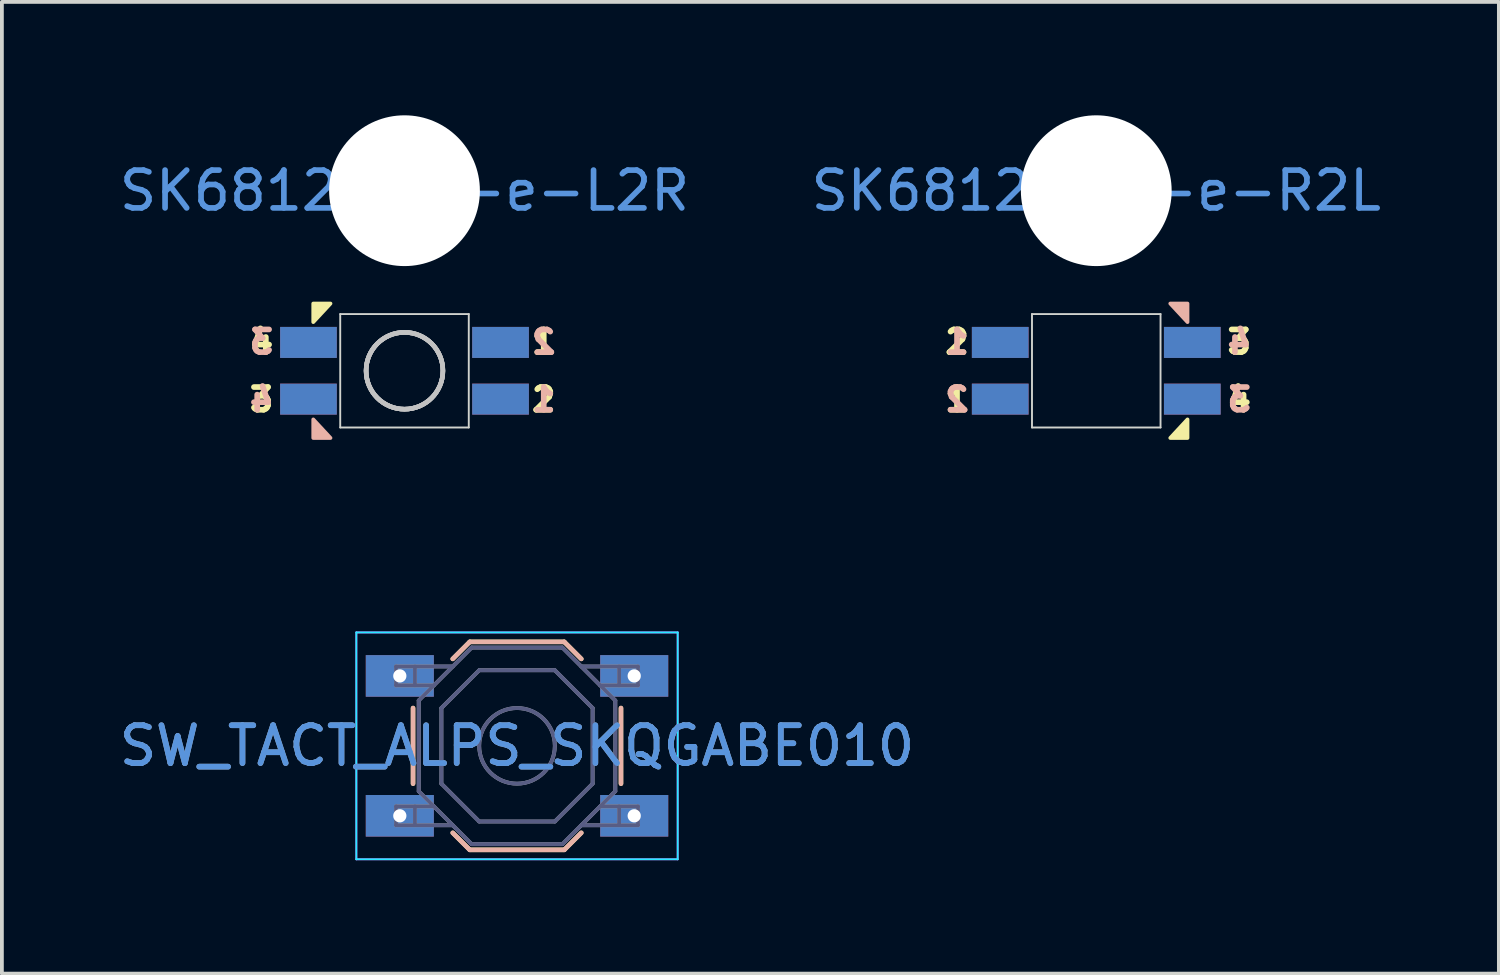
<source format=kicad_pcb>
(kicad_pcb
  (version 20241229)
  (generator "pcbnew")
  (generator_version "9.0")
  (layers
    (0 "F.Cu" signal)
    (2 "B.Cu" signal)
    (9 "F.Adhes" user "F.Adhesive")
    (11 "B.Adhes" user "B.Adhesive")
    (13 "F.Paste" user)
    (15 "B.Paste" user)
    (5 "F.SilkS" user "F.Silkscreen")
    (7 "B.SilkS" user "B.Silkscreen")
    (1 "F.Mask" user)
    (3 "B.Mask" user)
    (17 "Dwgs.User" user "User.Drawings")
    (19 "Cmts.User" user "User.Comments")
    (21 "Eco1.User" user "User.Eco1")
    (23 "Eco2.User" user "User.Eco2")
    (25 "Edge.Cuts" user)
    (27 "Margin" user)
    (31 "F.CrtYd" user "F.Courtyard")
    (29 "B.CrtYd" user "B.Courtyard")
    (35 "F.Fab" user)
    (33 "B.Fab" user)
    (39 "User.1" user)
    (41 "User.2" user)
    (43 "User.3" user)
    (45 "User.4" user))
  (footprint "SW_TACT_ALPS_SKQGABE010"
    (layer "F.Cu")
    (at 10.625 16.678)
    (property "Reference" "SW_TACT_ALPS_SKQGABE010" (at 0 0 0) (layer "Cmts.User") (effects (font (size 1 1) (thickness 0.15))))
    (attr smd)
    (fp_line (start -2.75 -1) (end -2.75 1) (stroke (width 0.12) (type solid)) (layer "F.SilkS"))
    (fp_line (start -1.7 -2.3) (end -1.25 -2.75) (stroke (width 0.12) (type solid)) (layer "F.SilkS"))
    (fp_line (start -1.7 2.3) (end -1.25 2.75) (stroke (width 0.12) (type solid)) (layer "F.SilkS"))
    (fp_line (start -1.25 -2.75) (end 1.25 -2.75) (stroke (width 0.12) (type solid)) (layer "F.SilkS"))
    (fp_line (start -1.25 2.75) (end 1.25 2.75) (stroke (width 0.12) (type solid)) (layer "F.SilkS"))
    (fp_line (start 1.7 -2.3) (end 1.25 -2.75) (stroke (width 0.12) (type solid)) (layer "F.SilkS"))
    (fp_line (start 1.7 2.3) (end 1.25 2.75) (stroke (width 0.12) (type solid)) (layer "F.SilkS"))
    (fp_line (start 2.75 -1) (end 2.75 1) (stroke (width 0.12) (type solid)) (layer "F.SilkS"))
    (fp_line (start -2.75 1) (end -2.75 -1) (stroke (width 0.12) (type solid)) (layer "B.SilkS"))
    (fp_line (start -1.7 -2.3) (end -1.25 -2.75) (stroke (width 0.12) (type solid)) (layer "B.SilkS"))
    (fp_line (start -1.7 2.3) (end -1.25 2.75) (stroke (width 0.12) (type solid)) (layer "B.SilkS"))
    (fp_line (start -1.25 -2.75) (end 1.25 -2.75) (stroke (width 0.12) (type solid)) (layer "B.SilkS"))
    (fp_line (start -1.25 2.75) (end 1.25 2.75) (stroke (width 0.12) (type solid)) (layer "B.SilkS"))
    (fp_line (start 1.7 -2.3) (end 1.25 -2.75) (stroke (width 0.12) (type solid)) (layer "B.SilkS"))
    (fp_line (start 1.7 2.3) (end 1.25 2.75) (stroke (width 0.12) (type solid)) (layer "B.SilkS"))
    (fp_line (start 2.75 1) (end 2.75 -1) (stroke (width 0.12) (type solid)) (layer "B.SilkS"))
    (fp_line (start -4 -1.3) (end -4 1.3) (stroke (width 0.1) (type solid)) (layer "Eco1.User"))
    (fp_line (start -4 -1.3) (end -1 -1.3) (stroke (width 0.1) (type solid)) (layer "Eco1.User"))
    (fp_line (start -4 -0.9) (end -3.6 -1.3) (stroke (width 0.1) (type solid)) (layer "Eco1.User"))
    (fp_line (start -4 -0.7) (end -2 1.3) (stroke (width 0.1) (type solid)) (layer "Eco1.User"))
    (fp_line (start -4 -0.1) (end -2.8 -1.3) (stroke (width 0.1) (type solid)) (layer "Eco1.User"))
    (fp_line (start -4 0.1) (end -2.8 1.3) (stroke (width 0.1) (type solid)) (layer "Eco1.User"))
    (fp_line (start -4 0.7) (end -2 -1.3) (stroke (width 0.1) (type solid)) (layer "Eco1.User"))
    (fp_line (start -4 0.9) (end -3.6 1.3) (stroke (width 0.1) (type solid)) (layer "Eco1.User"))
    (fp_line (start -4 1.3) (end -4 -1.3) (stroke (width 0.1) (type solid)) (layer "Eco1.User"))
    (fp_line (start -4 1.3) (end -1 1.3) (stroke (width 0.1) (type solid)) (layer "Eco1.User"))
    (fp_line (start -3.8 -1.3) (end -1.2 1.3) (stroke (width 0.1) (type solid)) (layer "Eco1.User"))
    (fp_line (start -3.8 1.3) (end -1.2 -1.3) (stroke (width 0.1) (type solid)) (layer "Eco1.User"))
    (fp_line (start -3.4 -1.3) (end -1 1.1) (stroke (width 0.1) (type solid)) (layer "Eco1.User"))
    (fp_line (start -3.4 1.3) (end -1 -1.1) (stroke (width 0.1) (type solid)) (layer "Eco1.User"))
    (fp_line (start -3.2 -1.3) (end -4 -0.5) (stroke (width 0.1) (type solid)) (layer "Eco1.User"))
    (fp_line (start -3.2 1.3) (end -4 0.5) (stroke (width 0.1) (type solid)) (layer "Eco1.User"))
    (fp_line (start -2.6 -1.3) (end -1 0.3) (stroke (width 0.1) (type solid)) (layer "Eco1.User"))
    (fp_line (start -2.6 1.3) (end -1 -0.3) (stroke (width 0.1) (type solid)) (layer "Eco1.User"))
    (fp_line (start -2.4 -1.3) (end -4 0.3) (stroke (width 0.1) (type solid)) (layer "Eco1.User"))
    (fp_line (start -2.4 1.3) (end -4 -0.3) (stroke (width 0.1) (type solid)) (layer "Eco1.User"))
    (fp_line (start -1.8 -1.3) (end -1 -0.5) (stroke (width 0.1) (type solid)) (layer "Eco1.User"))
    (fp_line (start -1.8 1.3) (end -1 0.5) (stroke (width 0.1) (type solid)) (layer "Eco1.User"))
    (fp_line (start -1.6 -1.3) (end -4 1.1) (stroke (width 0.1) (type solid)) (layer "Eco1.User"))
    (fp_line (start -1.6 1.3) (end -4 -1.1) (stroke (width 0.1) (type solid)) (layer "Eco1.User"))
    (fp_line (start -1 -1.3) (end -4 -1.3) (stroke (width 0.1) (type solid)) (layer "Eco1.User"))
    (fp_line (start -1 -1.3) (end -1 1.3) (stroke (width 0.1) (type solid)) (layer "Eco1.User"))
    (fp_line (start -1 -0.9) (end -1.4 -1.3) (stroke (width 0.1) (type solid)) (layer "Eco1.User"))
    (fp_line (start -1 -0.7) (end -3 1.3) (stroke (width 0.1) (type solid)) (layer "Eco1.User"))
    (fp_line (start -1 -0.1) (end -2.2 -1.3) (stroke (width 0.1) (type solid)) (layer "Eco1.User"))
    (fp_line (start -1 0.1) (end -2.2 1.3) (stroke (width 0.1) (type solid)) (layer "Eco1.User"))
    (fp_line (start -1 0.7) (end -3 -1.3) (stroke (width 0.1) (type solid)) (layer "Eco1.User"))
    (fp_line (start -1 0.9) (end -1.4 1.3) (stroke (width 0.1) (type solid)) (layer "Eco1.User"))
    (fp_line (start -1 1.3) (end -4 1.3) (stroke (width 0.1) (type solid)) (layer "Eco1.User"))
    (fp_line (start -1 1.3) (end -1 -1.3) (stroke (width 0.1) (type solid)) (layer "Eco1.User"))
    (fp_line (start 1 -1.3) (end 1 1.3) (stroke (width 0.1) (type solid)) (layer "Eco1.User"))
    (fp_line (start 1 -1.3) (end 4 -1.3) (stroke (width 0.1) (type solid)) (layer "Eco1.User"))
    (fp_line (start 1 -1.1) (end 3.4 1.3) (stroke (width 0.1) (type solid)) (layer "Eco1.User"))
    (fp_line (start 1 -0.9) (end 1.4 -1.3) (stroke (width 0.1) (type solid)) (layer "Eco1.User"))
    (fp_line (start 1 -0.1) (end 2.2 -1.3) (stroke (width 0.1) (type solid)) (layer "Eco1.User"))
    (fp_line (start 1 0.1) (end 2.2 1.3) (stroke (width 0.1) (type solid)) (layer "Eco1.User"))
    (fp_line (start 1 0.9) (end 1.4 1.3) (stroke (width 0.1) (type solid)) (layer "Eco1.User"))
    (fp_line (start 1 1.1) (end 3.4 -1.3) (stroke (width 0.1) (type solid)) (layer "Eco1.User"))
    (fp_line (start 1 1.3) (end 1 -1.3) (stroke (width 0.1) (type solid)) (layer "Eco1.User"))
    (fp_line (start 1 1.3) (end 4 1.3) (stroke (width 0.1) (type solid)) (layer "Eco1.User"))
    (fp_line (start 1.2 -1.3) (end 3.8 1.3) (stroke (width 0.1) (type solid)) (layer "Eco1.User"))
    (fp_line (start 1.2 1.3) (end 3.8 -1.3) (stroke (width 0.1) (type solid)) (layer "Eco1.User"))
    (fp_line (start 1.6 -1.3) (end 4 1.1) (stroke (width 0.1) (type solid)) (layer "Eco1.User"))
    (fp_line (start 1.6 1.3) (end 4 -1.1) (stroke (width 0.1) (type solid)) (layer "Eco1.User"))
    (fp_line (start 1.8 -1.3) (end 1 -0.5) (stroke (width 0.1) (type solid)) (layer "Eco1.User"))
    (fp_line (start 1.8 1.3) (end 1 0.5) (stroke (width 0.1) (type solid)) (layer "Eco1.User"))
    (fp_line (start 2.4 -1.3) (end 4 0.3) (stroke (width 0.1) (type solid)) (layer "Eco1.User"))
    (fp_line (start 2.4 1.3) (end 4 -0.3) (stroke (width 0.1) (type solid)) (layer "Eco1.User"))
    (fp_line (start 2.6 -1.3) (end 1 0.3) (stroke (width 0.1) (type solid)) (layer "Eco1.User"))
    (fp_line (start 2.6 1.3) (end 1 -0.3) (stroke (width 0.1) (type solid)) (layer "Eco1.User"))
    (fp_line (start 3 -1.3) (end 1 0.7) (stroke (width 0.1) (type solid)) (layer "Eco1.User"))
    (fp_line (start 3 1.3) (end 1 -0.7) (stroke (width 0.1) (type solid)) (layer "Eco1.User"))
    (fp_line (start 3.2 -1.3) (end 4 -0.5) (stroke (width 0.1) (type solid)) (layer "Eco1.User"))
    (fp_line (start 3.2 1.3) (end 4 0.5) (stroke (width 0.1) (type solid)) (layer "Eco1.User"))
    (fp_line (start 4 -1.3) (end 1 -1.3) (stroke (width 0.1) (type solid)) (layer "Eco1.User"))
    (fp_line (start 4 -1.3) (end 4 1.3) (stroke (width 0.1) (type solid)) (layer "Eco1.User"))
    (fp_line (start 4 -0.9) (end 3.6 -1.3) (stroke (width 0.1) (type solid)) (layer "Eco1.User"))
    (fp_line (start 4 -0.7) (end 2 1.3) (stroke (width 0.1) (type solid)) (layer "Eco1.User"))
    (fp_line (start 4 -0.1) (end 2.8 -1.3) (stroke (width 0.1) (type solid)) (layer "Eco1.User"))
    (fp_line (start 4 0.1) (end 2.8 1.3) (stroke (width 0.1) (type solid)) (layer "Eco1.User"))
    (fp_line (start 4 0.7) (end 2 -1.3) (stroke (width 0.1) (type solid)) (layer "Eco1.User"))
    (fp_line (start 4 0.9) (end 3.6 1.3) (stroke (width 0.1) (type solid)) (layer "Eco1.User"))
    (fp_line (start 4 1.3) (end 1 1.3) (stroke (width 0.1) (type solid)) (layer "Eco1.User"))
    (fp_line (start 4 1.3) (end 4 -1.3) (stroke (width 0.1) (type solid)) (layer "Eco1.User"))
    (fp_line (start -4.25 -3) (end -4.25 3) (stroke (width 0.05) (type solid)) (layer "B.CrtYd"))
    (fp_line (start -4.25 3) (end 4.25 3) (stroke (width 0.05) (type solid)) (layer "B.CrtYd"))
    (fp_line (start 4.25 -3) (end -4.25 -3) (stroke (width 0.05) (type solid)) (layer "B.CrtYd"))
    (fp_line (start 4.25 3) (end 4.25 -3) (stroke (width 0.05) (type solid)) (layer "B.CrtYd"))
    (fp_line (start -4.25 -3) (end 4.25 -3) (stroke (width 0.05) (type solid)) (layer "F.CrtYd"))
    (fp_line (start -4.25 3) (end -4.25 -3) (stroke (width 0.05) (type solid)) (layer "F.CrtYd"))
    (fp_line (start 4.25 -3) (end 4.25 3) (stroke (width 0.05) (type solid)) (layer "F.CrtYd"))
    (fp_line (start 4.25 3) (end -4.25 3) (stroke (width 0.05) (type solid)) (layer "F.CrtYd"))
    (fp_line (start -3.2 -2.1) (end -3.2 -1.6) (stroke (width 0.1) (type solid)) (layer "B.Fab"))
    (fp_line (start -3.2 -1.6) (end -2.2 -1.6) (stroke (width 0.1) (type solid)) (layer "B.Fab"))
    (fp_line (start -3.2 1.6) (end -2.2 1.6) (stroke (width 0.1) (type solid)) (layer "B.Fab"))
    (fp_line (start -3.2 2.1) (end -3.2 1.6) (stroke (width 0.1) (type solid)) (layer "B.Fab"))
    (fp_line (start -2.7 -2.1) (end -2.7 -1.6) (stroke (width 0.1) (type solid)) (layer "B.Fab"))
    (fp_line (start -2.7 2.1) (end -2.7 1.6) (stroke (width 0.1) (type solid)) (layer "B.Fab"))
    (fp_line (start -2.6 -1.2) (end -1.2 -2.6) (stroke (width 0.1) (type solid)) (layer "B.Fab"))
    (fp_line (start -2.6 1.2) (end -2.6 -1.2) (stroke (width 0.1) (type solid)) (layer "B.Fab"))
    (fp_line (start -2 -1) (end -2 1) (stroke (width 0.1) (type solid)) (layer "B.Fab"))
    (fp_line (start -2 1) (end -1 2) (stroke (width 0.1) (type solid)) (layer "B.Fab"))
    (fp_line (start -1.7 -2.1) (end -3.2 -2.1) (stroke (width 0.1) (type solid)) (layer "B.Fab"))
    (fp_line (start -1.7 2.1) (end -3.2 2.1) (stroke (width 0.1) (type solid)) (layer "B.Fab"))
    (fp_line (start -1.2 -2.6) (end 1.2 -2.6) (stroke (width 0.1) (type solid)) (layer "B.Fab"))
    (fp_line (start -1.2 2.6) (end -2.6 1.2) (stroke (width 0.1) (type solid)) (layer "B.Fab"))
    (fp_line (start -1 -2) (end -2 -1) (stroke (width 0.1) (type solid)) (layer "B.Fab"))
    (fp_line (start -1 2) (end 1 2) (stroke (width 0.1) (type solid)) (layer "B.Fab"))
    (fp_line (start 1 -2) (end -1 -2) (stroke (width 0.1) (type solid)) (layer "B.Fab"))
    (fp_line (start 1 2) (end 2 1) (stroke (width 0.1) (type solid)) (layer "B.Fab"))
    (fp_line (start 1.2 -2.6) (end 2.6 -1.2) (stroke (width 0.1) (type solid)) (layer "B.Fab"))
    (fp_line (start 1.2 2.6) (end -1.2 2.6) (stroke (width 0.1) (type solid)) (layer "B.Fab"))
    (fp_line (start 1.7 -2.1) (end 3.2 -2.1) (stroke (width 0.1) (type solid)) (layer "B.Fab"))
    (fp_line (start 1.7 2.1) (end 3.2 2.1) (stroke (width 0.1) (type solid)) (layer "B.Fab"))
    (fp_line (start 2 -1) (end 1 -2) (stroke (width 0.1) (type solid)) (layer "B.Fab"))
    (fp_line (start 2 1) (end 2 -1) (stroke (width 0.1) (type solid)) (layer "B.Fab"))
    (fp_line (start 2.6 -1.2) (end 2.6 1.2) (stroke (width 0.1) (type solid)) (layer "B.Fab"))
    (fp_line (start 2.6 1.2) (end 1.2 2.6) (stroke (width 0.1) (type solid)) (layer "B.Fab"))
    (fp_line (start 2.7 -2.1) (end 2.7 -1.6) (stroke (width 0.1) (type solid)) (layer "B.Fab"))
    (fp_line (start 2.7 2.1) (end 2.7 1.6) (stroke (width 0.1) (type solid)) (layer "B.Fab"))
    (fp_line (start 3.2 -2.1) (end 3.2 -1.6) (stroke (width 0.1) (type solid)) (layer "B.Fab"))
    (fp_line (start 3.2 -1.6) (end 2.2 -1.6) (stroke (width 0.1) (type solid)) (layer "B.Fab"))
    (fp_line (start 3.2 1.6) (end 2.2 1.6) (stroke (width 0.1) (type solid)) (layer "B.Fab"))
    (fp_line (start 3.2 2.1) (end 3.2 1.6) (stroke (width 0.1) (type solid)) (layer "B.Fab"))
    (fp_circle (center 0 0) (end 1 0) (stroke (width 0.1) (type solid)) (fill no) (layer "B.Fab"))
    (fp_line (start -3.2 -2.1) (end -3.2 -1.6) (stroke (width 0.1) (type solid)) (layer "F.Fab"))
    (fp_line (start -3.2 -1.6) (end -2.2 -1.6) (stroke (width 0.1) (type solid)) (layer "F.Fab"))
    (fp_line (start -3.2 1.6) (end -2.2 1.6) (stroke (width 0.1) (type solid)) (layer "F.Fab"))
    (fp_line (start -3.2 2.1) (end -3.2 1.6) (stroke (width 0.1) (type solid)) (layer "F.Fab"))
    (fp_line (start -2.7 -2.1) (end -2.7 -1.6) (stroke (width 0.1) (type solid)) (layer "F.Fab"))
    (fp_line (start -2.7 2.1) (end -2.7 1.6) (stroke (width 0.1) (type solid)) (layer "F.Fab"))
    (fp_line (start -2.6 -1.2) (end -2.6 1.2) (stroke (width 0.1) (type solid)) (layer "F.Fab"))
    (fp_line (start -2.6 1.2) (end -1.2 2.6) (stroke (width 0.1) (type solid)) (layer "F.Fab"))
    (fp_line (start -2 -1) (end -1 -2) (stroke (width 0.1) (type solid)) (layer "F.Fab"))
    (fp_line (start -2 1) (end -2 -1) (stroke (width 0.1) (type solid)) (layer "F.Fab"))
    (fp_line (start -1.7 -2.1) (end -3.2 -2.1) (stroke (width 0.1) (type solid)) (layer "F.Fab"))
    (fp_line (start -1.7 2.1) (end -3.2 2.1) (stroke (width 0.1) (type solid)) (layer "F.Fab"))
    (fp_line (start -1.2 -2.6) (end -2.6 -1.2) (stroke (width 0.1) (type solid)) (layer "F.Fab"))
    (fp_line (start -1.2 2.6) (end 1.2 2.6) (stroke (width 0.1) (type solid)) (layer "F.Fab"))
    (fp_line (start -1 -2) (end 1 -2) (stroke (width 0.1) (type solid)) (layer "F.Fab"))
    (fp_line (start -1 2) (end -2 1) (stroke (width 0.1) (type solid)) (layer "F.Fab"))
    (fp_line (start 1 -2) (end 2 -1) (stroke (width 0.1) (type solid)) (layer "F.Fab"))
    (fp_line (start 1 2) (end -1 2) (stroke (width 0.1) (type solid)) (layer "F.Fab"))
    (fp_line (start 1.2 -2.6) (end -1.2 -2.6) (stroke (width 0.1) (type solid)) (layer "F.Fab"))
    (fp_line (start 1.2 2.6) (end 2.6 1.2) (stroke (width 0.1) (type solid)) (layer "F.Fab"))
    (fp_line (start 1.7 -2.1) (end 3.2 -2.1) (stroke (width 0.1) (type solid)) (layer "F.Fab"))
    (fp_line (start 1.7 2.1) (end 3.2 2.1) (stroke (width 0.1) (type solid)) (layer "F.Fab"))
    (fp_line (start 2 -1) (end 2 1) (stroke (width 0.1) (type solid)) (layer "F.Fab"))
    (fp_line (start 2 1) (end 1 2) (stroke (width 0.1) (type solid)) (layer "F.Fab"))
    (fp_line (start 2.6 -1.2) (end 1.2 -2.6) (stroke (width 0.1) (type solid)) (layer "F.Fab"))
    (fp_line (start 2.6 1.2) (end 2.6 -1.2) (stroke (width 0.1) (type solid)) (layer "F.Fab"))
    (fp_line (start 2.7 -2.1) (end 2.7 -1.6) (stroke (width 0.1) (type solid)) (layer "F.Fab"))
    (fp_line (start 2.7 2.1) (end 2.7 1.6) (stroke (width 0.1) (type solid)) (layer "F.Fab"))
    (fp_line (start 3.2 -2.1) (end 3.2 -1.6) (stroke (width 0.1) (type solid)) (layer "F.Fab"))
    (fp_line (start 3.2 -1.6) (end 2.2 -1.6) (stroke (width 0.1) (type solid)) (layer "F.Fab"))
    (fp_line (start 3.2 1.6) (end 2.2 1.6) (stroke (width 0.1) (type solid)) (layer "F.Fab"))
    (fp_line (start 3.2 2.1) (end 3.2 1.6) (stroke (width 0.1) (type solid)) (layer "F.Fab"))
    (fp_circle (center 0 0) (end 1 0) (stroke (width 0.1) (type solid)) (fill no) (layer "F.Fab"))
    (fp_text user "${REFERENCE}" (at 0 0 0) (layer "F.Fab") (effects (font (size 1 1) (thickness 0.15))))
    (pad "1" thru_hole rect (at -3.1 -1.85) (size 1.8 1.1) (drill 0.35) (layers "*.Cu" "*.Paste" "*.Mask"))
    (pad "1" thru_hole rect (at 3.1 -1.85) (size 1.8 1.1) (drill 0.35) (layers "*.Cu" "*.Paste" "*.Mask"))
    (pad "2" thru_hole rect (at -3.1 1.85) (size 1.8 1.1) (drill 0.35) (layers "*.Cu" "*.Paste" "*.Mask"))
    (pad "2" thru_hole rect (at 3.1 1.85) (size 1.8 1.1) (drill 0.35) (layers "*.Cu" "*.Paste" "*.Mask")))
  (footprint "SK6812mini-e-L2R"
    (layer "F.Cu")
    (at 7.649 1.994)
    (property "Reference" "SK6812mini-e-L2R" (at 0 0 0) (layer "Cmts.User") (effects (font (size 1 1) (thickness 0.15))))
    (attr through_hole)
    (fp_poly (pts (xy -2.413 3.475) (xy -2.413 2.985) (xy -1.958 2.985)) (stroke (width 0.1) (type solid)) (fill yes) (layer "F.SilkS"))
    (fp_poly (pts (xy -2.413 6.05) (xy -2.413 6.54) (xy -1.958 6.54)) (stroke (width 0.1) (type solid)) (fill yes) (layer "B.SilkS"))
    (fp_circle (center 0 4.763) (end -1.016 4.763) (stroke (width 0.12) (type solid)) (fill no) (layer "Dwgs.User"))
    (fp_circle (center 0 4.763) (end -1.016 4.763) (stroke (width 0.12) (type solid)) (fill no) (layer "Dwgs.User"))
    (fp_circle (center 0 4.763) (end -1.016 4.763) (stroke (width 0.12) (type solid)) (fill no) (layer "Dwgs.User"))
    (fp_circle (center 0 4.763) (end -1.016 4.763) (stroke (width 0.12) (type solid)) (fill no) (layer "Dwgs.User"))
    (fp_line (start -1.7 3.263) (end -1.7 6.263) (stroke (width 0.05) (type solid)) (layer "Edge.Cuts"))
    (fp_line (start -1.7 3.263) (end 1.7 3.263) (stroke (width 0.05) (type solid)) (layer "Edge.Cuts"))
    (fp_line (start -1.7 6.263) (end 1.7 6.263) (stroke (width 0.05) (type solid)) (layer "Edge.Cuts"))
    (fp_line (start 1.7 6.263) (end 1.7 3.263) (stroke (width 0.05) (type solid)) (layer "Edge.Cuts"))
    (fp_text user "2" (at 3.683 5.524 0) (layer "F.SilkS") (effects (font (size 0.6 0.6) (thickness 0.15))))
    (fp_text user "1" (at 3.683 4 0) (layer "F.SilkS") (effects (font (size 0.6 0.6) (thickness 0.15))))
    (fp_text user "3" (at -3.782 5.524 0) (layer "F.SilkS") (effects (font (size 0.6 0.6) (thickness 0.15))))
    (fp_text user "4" (at -3.782 4 0) (layer "F.SilkS") (effects (font (size 0.6 0.6) (thickness 0.15))))
    (fp_text user "4" (at -3.782 5.524 0) (layer "B.SilkS") (effects (font (size 0.6 0.6) (thickness 0.15)) (justify mirror)))
    (fp_text user "2" (at 3.683 4 0) (layer "B.SilkS") (effects (font (size 0.6 0.6) (thickness 0.15)) (justify mirror)))
    (fp_text user "3" (at -3.782 4 0) (layer "B.SilkS") (effects (font (size 0.6 0.6) (thickness 0.15)) (justify mirror)))
    (fp_text user "1" (at 3.683 5.524 0) (layer "B.SilkS") (effects (font (size 0.6 0.6) (thickness 0.15)) (justify mirror)))
    (fp_text user " " (at 0 1.714 0) (layer "F.Fab") (effects (font (size 1 1) (thickness 0.15))))
    (pad "" np_thru_hole circle (at 0 0) (size 3.988 3.988) (drill 3.988) (layers "*.Cu" "*.Mask"))
    (pad "+" smd rect (at 2.54 4.013 180) (size 1.5 0.82) (layers "F.Cu" "F.Mask" "F.Paste"))
    (pad "+" smd rect (at 2.54 5.513 180) (size 1.5 0.82) (layers "B.Cu" "B.Mask" "B.Paste"))
    (pad "-" smd rect (at -2.54 4.013 180) (size 1.5 0.82) (layers "B.Cu" "B.Mask" "B.Paste"))
    (pad "-" smd rect (at -2.54 5.513 180) (size 1.5 0.82) (layers "F.Cu" "F.Mask" "F.Paste"))
    (pad "I" smd rect (at -2.54 4.013) (size 1.5 0.82) (layers "F.Cu" "F.Mask" "F.Paste"))
    (pad "I" smd rect (at -2.54 5.513) (size 1.5 0.82) (layers "B.Cu" "B.Mask" "B.Paste"))
    (pad "O" smd trapezoid (at 2.54 4.013 180) (size 1.5 0.82) (layers "B.Cu" "B.Mask" "B.Paste"))
    (pad "O" smd trapezoid (at 2.54 5.513 180) (size 1.5 0.82) (layers "F.Cu" "F.Mask" "F.Paste")))
  (footprint "SK6812mini-e-R2L"
    (layer "F.Cu")
    (at 25.946 1.994)
    (property "Reference" "SK6812mini-e-R2L" (at 0 0 0) (layer "Cmts.User") (effects (font (size 1 1) (thickness 0.15))))
    (attr through_hole)
    (fp_poly (pts (xy 2.413 6.05) (xy 2.413 6.54) (xy 1.958 6.54)) (stroke (width 0.1) (type solid)) (fill yes) (layer "F.SilkS"))
    (fp_poly (pts (xy 2.413 3.475) (xy 2.413 2.985) (xy 1.958 2.985)) (stroke (width 0.1) (type solid)) (fill yes) (layer "B.SilkS"))
    (fp_line (start -1.7 3.263) (end -1.7 6.263) (stroke (width 0.05) (type solid)) (layer "Edge.Cuts"))
    (fp_line (start -1.7 3.263) (end 1.7 3.263) (stroke (width 0.05) (type solid)) (layer "Edge.Cuts"))
    (fp_line (start -1.7 6.263) (end 1.7 6.263) (stroke (width 0.05) (type solid)) (layer "Edge.Cuts"))
    (fp_line (start 1.7 6.263) (end 1.7 3.263) (stroke (width 0.05) (type solid)) (layer "Edge.Cuts"))
    (fp_text user "4" (at 3.782 5.524 180) (layer "F.SilkS") (effects (font (size 0.6 0.6) (thickness 0.15))))
    (fp_text user "3" (at 3.782 4 180) (layer "F.SilkS") (effects (font (size 0.6 0.6) (thickness 0.15))))
    (fp_text user "2" (at -3.683 4 180) (layer "F.SilkS") (effects (font (size 0.6 0.6) (thickness 0.15))))
    (fp_text user "1" (at -3.683 5.524 180) (layer "F.SilkS") (effects (font (size 0.6 0.6) (thickness 0.15))))
    (fp_text user "2" (at -3.683 5.524 180) (layer "B.SilkS") (effects (font (size 0.6 0.6) (thickness 0.15)) (justify mirror)))
    (fp_text user "1" (at -3.683 4 180) (layer "B.SilkS") (effects (font (size 0.6 0.6) (thickness 0.15)) (justify mirror)))
    (fp_text user "3" (at 3.782 5.524 180) (layer "B.SilkS") (effects (font (size 0.6 0.6) (thickness 0.15)) (justify mirror)))
    (fp_text user "4" (at 3.782 4 180) (layer "B.SilkS") (effects (font (size 0.6 0.6) (thickness 0.15)) (justify mirror)))
    (fp_text user " " (at 0 7.811 180) (layer "F.Fab") (effects (font (size 1 1) (thickness 0.15))))
    (pad "" np_thru_hole circle (at 0 0) (size 3.988 3.988) (drill 3.988) (layers "*.Cu" "*.Mask"))
    (pad "+" smd rect (at -2.54 4.013) (size 1.5 0.82) (layers "B.Cu" "B.Mask" "B.Paste"))
    (pad "+" smd rect (at -2.54 5.513) (size 1.5 0.82) (layers "F.Cu" "F.Mask" "F.Paste"))
    (pad "-" smd rect (at 2.54 4.013) (size 1.5 0.82) (layers "F.Cu" "F.Mask" "F.Paste"))
    (pad "-" smd rect (at 2.54 5.513) (size 1.5 0.82) (layers "B.Cu" "B.Mask" "B.Paste"))
    (pad "I" smd rect (at 2.54 4.013 180) (size 1.5 0.82) (layers "B.Cu" "B.Mask" "B.Paste"))
    (pad "I" smd rect (at 2.54 5.513 180) (size 1.5 0.82) (layers "F.Cu" "F.Mask" "F.Paste"))
    (pad "O" smd trapezoid (at -2.54 4.013) (size 1.5 0.82) (layers "F.Cu" "F.Mask" "F.Paste"))
    (pad "O" smd trapezoid (at -2.54 5.513) (size 1.5 0.82) (layers "B.Cu" "B.Mask" "B.Paste")))
  (gr_rect
    (start -3 -3)
    (end 36.595 22.703)
    (stroke (width 0.1) (type default))
    (fill no)
    (layer "Edge.Cuts")))
</source>
